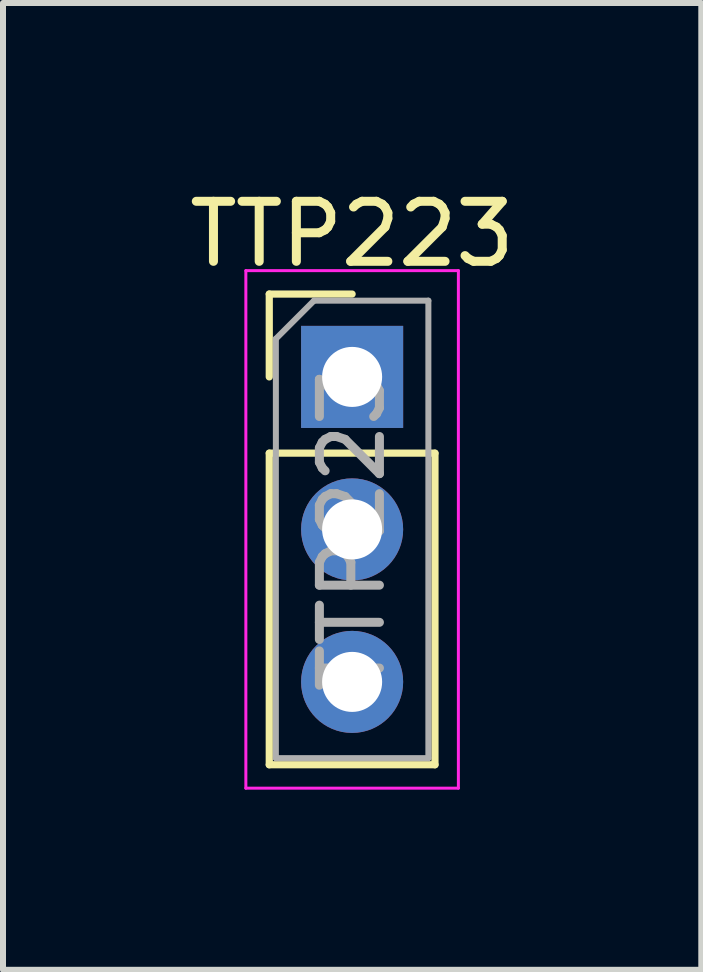
<source format=kicad_pcb>
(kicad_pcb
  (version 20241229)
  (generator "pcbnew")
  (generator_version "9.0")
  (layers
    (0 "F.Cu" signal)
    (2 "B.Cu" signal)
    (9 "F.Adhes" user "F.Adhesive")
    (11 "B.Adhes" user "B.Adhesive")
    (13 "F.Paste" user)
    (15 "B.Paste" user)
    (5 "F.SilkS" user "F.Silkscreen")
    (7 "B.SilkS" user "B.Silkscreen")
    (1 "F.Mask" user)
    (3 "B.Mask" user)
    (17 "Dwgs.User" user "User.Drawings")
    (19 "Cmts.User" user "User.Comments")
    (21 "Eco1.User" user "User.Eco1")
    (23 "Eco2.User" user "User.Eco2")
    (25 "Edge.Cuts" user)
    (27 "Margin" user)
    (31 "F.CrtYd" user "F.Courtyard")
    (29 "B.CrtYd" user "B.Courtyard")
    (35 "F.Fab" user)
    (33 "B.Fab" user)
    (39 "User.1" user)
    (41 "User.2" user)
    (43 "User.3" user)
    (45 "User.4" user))
  (footprint "TTP223"
    (layer "F.Cu")
    (at 2.815 3.228)
    (property "Reference" "TTP223" (at 0 -2.38 0) (layer "F.SilkS") (effects (font (size 1 1) (thickness 0.15))))
    (attr through_hole)
    (fp_line (start -1.38 -1.38) (end 0 -1.38) (stroke (width 0.12) (type solid)) (layer "F.SilkS"))
    (fp_line (start -1.38 0) (end -1.38 -1.38) (stroke (width 0.12) (type solid)) (layer "F.SilkS"))
    (fp_line (start -1.38 1.27) (end -1.38 6.46) (stroke (width 0.12) (type solid)) (layer "F.SilkS"))
    (fp_line (start -1.38 1.27) (end 1.38 1.27) (stroke (width 0.12) (type solid)) (layer "F.SilkS"))
    (fp_line (start -1.38 6.46) (end 1.38 6.46) (stroke (width 0.12) (type solid)) (layer "F.SilkS"))
    (fp_line (start 1.38 1.27) (end 1.38 6.46) (stroke (width 0.12) (type solid)) (layer "F.SilkS"))
    (fp_line (start -1.77 -1.77) (end -1.77 6.85) (stroke (width 0.05) (type solid)) (layer "F.CrtYd"))
    (fp_line (start -1.77 6.85) (end 1.77 6.85) (stroke (width 0.05) (type solid)) (layer "F.CrtYd"))
    (fp_line (start 1.77 -1.77) (end -1.77 -1.77) (stroke (width 0.05) (type solid)) (layer "F.CrtYd"))
    (fp_line (start 1.77 6.85) (end 1.77 -1.77) (stroke (width 0.05) (type solid)) (layer "F.CrtYd"))
    (fp_line (start -1.27 -0.635) (end -0.635 -1.27) (stroke (width 0.1) (type solid)) (layer "F.Fab"))
    (fp_line (start -1.27 6.35) (end -1.27 -0.635) (stroke (width 0.1) (type solid)) (layer "F.Fab"))
    (fp_line (start -0.635 -1.27) (end 1.27 -1.27) (stroke (width 0.1) (type solid)) (layer "F.Fab"))
    (fp_line (start 1.27 -1.27) (end 1.27 6.35) (stroke (width 0.1) (type solid)) (layer "F.Fab"))
    (fp_line (start 1.27 6.35) (end -1.27 6.35) (stroke (width 0.1) (type solid)) (layer "F.Fab"))
    (fp_text user "${REFERENCE}" (at 0 2.54 90) (layer "F.Fab") (effects (font (size 1 1) (thickness 0.15))))
    (pad "1" thru_hole rect (at 0 0) (size 1.7 1.7) (drill 1) (layers "*.Cu" "*.Mask"))
    (pad "2" thru_hole circle (at 0 2.54) (size 1.7 1.7) (drill 1) (layers "*.Cu" "*.Mask"))
    (pad "3" thru_hole circle (at 0 5.08) (size 1.7 1.7) (drill 1) (layers "*.Cu" "*.Mask")))
  (gr_rect
    (start -3 -3)
    (end 8.631 13.103)
    (stroke (width 0.1) (type default))
    (fill no)
    (layer "Edge.Cuts")))
</source>
